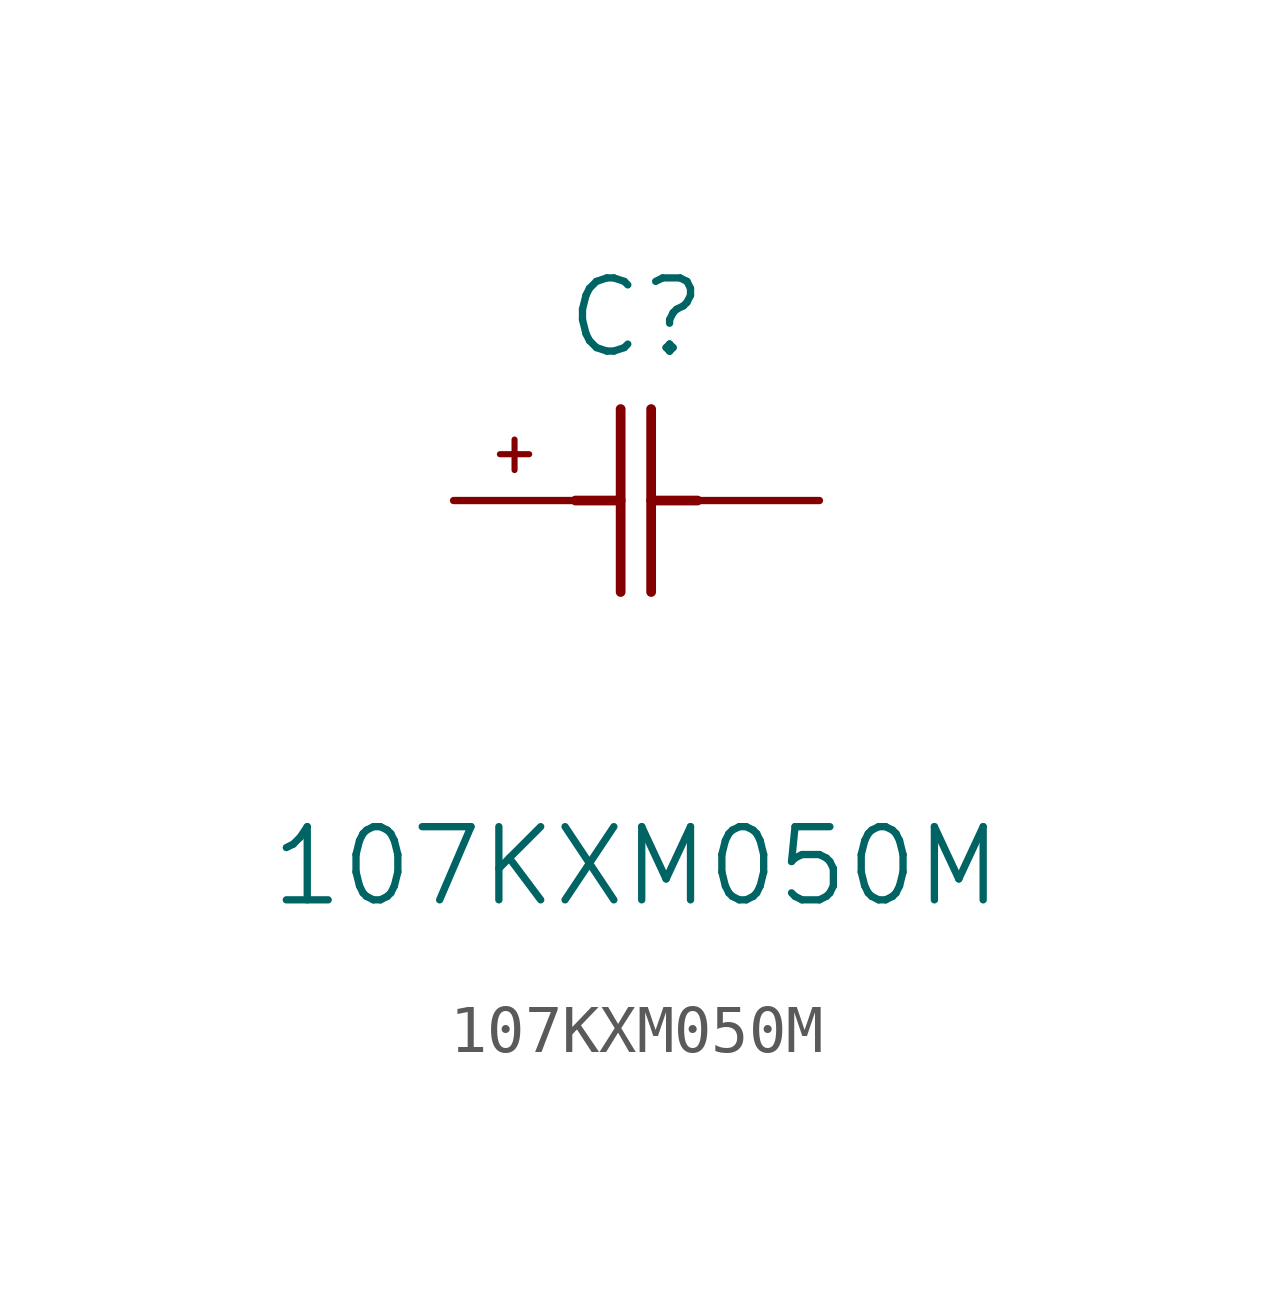
<source format=kicad_sym>
(kicad_symbol_lib
  (version 20211014)
  (generator kicad_symbol_editor)
  (symbol "107KXM050M"
    (pin_numbers hide)
    (pin_names
      (offset 1.651) hide)
    (property "Reference" "C"
      (at 3.81 3.81 0)
      (effects (font (size 1.524 1.524))))
    (property "Value" "107KXM050M"
      (at 3.81 -7.62 0)
      (effects (font (size 1.524 1.524))))
    (property "Datasheet" ""
      (at 0 0 0)
      (effects (font (size 1.524 1.524))))
    (property "ki_locked" ""
      (at 0 0 0)
      (effects (font (size 1.27 1.27))))
    (symbol "107KXM050M_1_1"
      (polyline (pts (xy 0.965 0.965) (xy 1.575 0.965)) (stroke (width 0.127) (type default) (color 0 0 0 0)) (fill (type none)))
      (polyline (pts (xy 1.27 1.27) (xy 1.27 0.635)) (stroke (width 0.127) (type default) (color 0 0 0 0)) (fill (type none)))
      (polyline (pts (xy 2.54 0) (xy 3.48 0)) (stroke (width 0.203) (type default) (color 0 0 0 0)) (fill (type none)))
      (polyline (pts (xy 3.48 -1.905) (xy 3.48 1.905)) (stroke (width 0.203) (type default) (color 0 0 0 0)) (fill (type none)))
      (polyline (pts (xy 4.115 -1.905) (xy 4.115 1.905)) (stroke (width 0.203) (type default) (color 0 0 0 0)) (fill (type none)))
      (polyline (pts (xy 4.115 0) (xy 5.08 0)) (stroke (width 0.203) (type default) (color 0 0 0 0)) (fill (type none)))
      (pin unspecified line (at 0 0 0) (length 2.54) (name "1" (effects (font (size 1.499 1.499)))) (number "1" (effects (font (size 1.499 1.499)))))
      (pin unspecified line (at 7.62 0 180) (length 2.54) (name "2" (effects (font (size 1.499 1.499)))) (number "2" (effects (font (size 1.499 1.499))))))))
</source>
